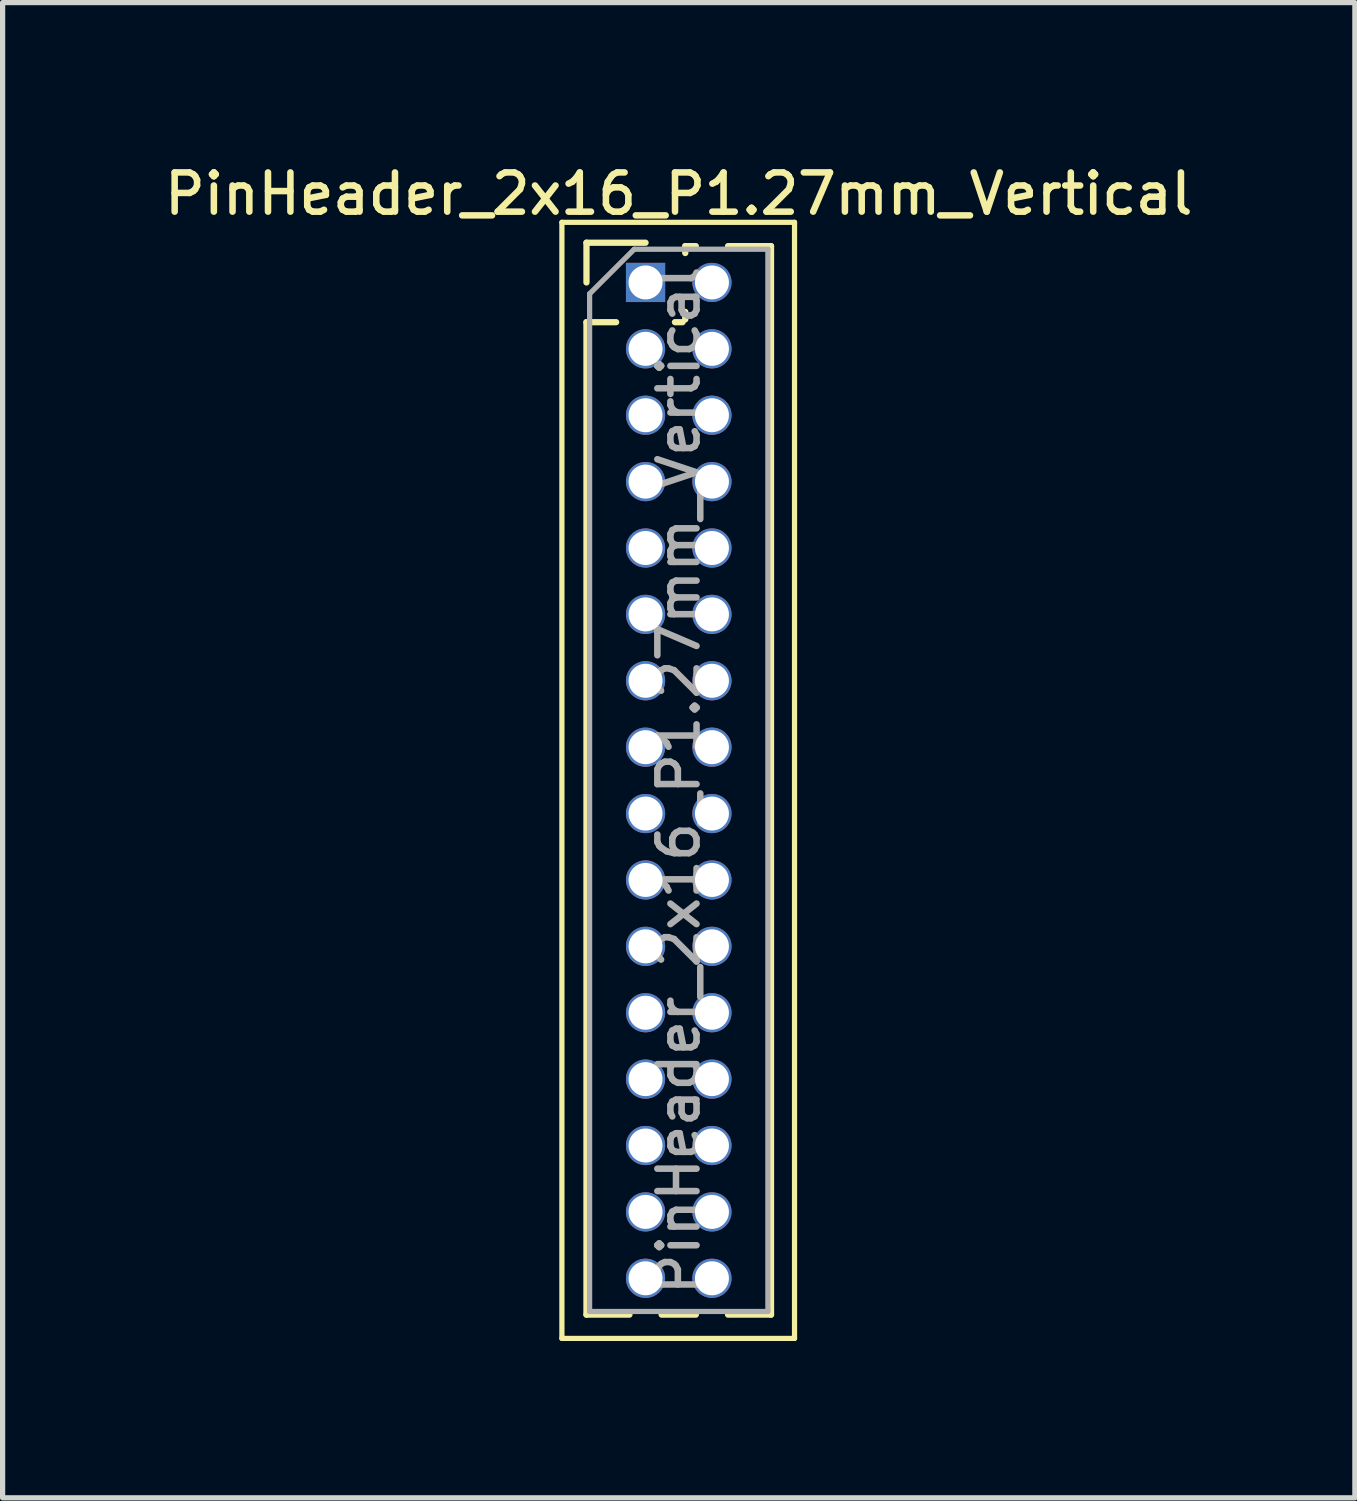
<source format=kicad_pcb>
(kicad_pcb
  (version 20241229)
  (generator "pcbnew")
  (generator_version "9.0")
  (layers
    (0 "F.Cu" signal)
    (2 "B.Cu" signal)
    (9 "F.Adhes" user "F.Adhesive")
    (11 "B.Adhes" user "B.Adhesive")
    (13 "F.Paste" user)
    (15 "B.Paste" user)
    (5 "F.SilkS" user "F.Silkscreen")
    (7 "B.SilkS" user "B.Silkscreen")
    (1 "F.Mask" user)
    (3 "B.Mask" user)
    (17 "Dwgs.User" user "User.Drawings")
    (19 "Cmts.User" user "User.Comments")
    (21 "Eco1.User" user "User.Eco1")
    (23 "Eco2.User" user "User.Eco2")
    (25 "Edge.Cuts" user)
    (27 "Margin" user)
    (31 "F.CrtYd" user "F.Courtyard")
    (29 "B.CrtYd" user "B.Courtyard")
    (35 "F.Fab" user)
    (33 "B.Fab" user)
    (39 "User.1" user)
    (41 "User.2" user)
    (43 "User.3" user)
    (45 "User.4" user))
  (footprint "PinHeader_2x16_P1.27mm_Vertical"
    (layer "F.Cu")
    (at 9.299 2.353)
    (property "Reference" "PinHeader_2x16_P1.27mm_Vertical" (at 0.635 -1.695 0) (layer "F.SilkS") (effects (font (size 0.75 0.75) (thickness 0.125))))
    (attr through_hole)
    (fp_line (start -1.6 -1.15) (end -1.6 20.2) (stroke (width 0.1) (type solid)) (layer "F.SilkS"))
    (fp_line (start -1.6 20.2) (end 2.85 20.2) (stroke (width 0.1) (type solid)) (layer "F.SilkS"))
    (fp_line (start -1.13 -0.76) (end 0 -0.76) (stroke (width 0.12) (type solid)) (layer "F.SilkS"))
    (fp_line (start -1.13 0) (end -1.13 -0.76) (stroke (width 0.12) (type solid)) (layer "F.SilkS"))
    (fp_line (start -1.13 0.76) (end -1.13 19.745) (stroke (width 0.12) (type solid)) (layer "F.SilkS"))
    (fp_line (start -1.13 0.76) (end -0.563 0.76) (stroke (width 0.12) (type solid)) (layer "F.SilkS"))
    (fp_line (start -1.13 19.745) (end -0.308 19.745) (stroke (width 0.12) (type solid)) (layer "F.SilkS"))
    (fp_line (start 0.308 19.745) (end 0.962 19.745) (stroke (width 0.12) (type solid)) (layer "F.SilkS"))
    (fp_line (start 0.563 0.76) (end 0.707 0.76) (stroke (width 0.12) (type solid)) (layer "F.SilkS"))
    (fp_line (start 0.76 -0.695) (end 0.962 -0.695) (stroke (width 0.12) (type solid)) (layer "F.SilkS"))
    (fp_line (start 0.76 -0.563) (end 0.76 -0.695) (stroke (width 0.12) (type solid)) (layer "F.SilkS"))
    (fp_line (start 0.76 0.707) (end 0.76 0.563) (stroke (width 0.12) (type solid)) (layer "F.SilkS"))
    (fp_line (start 1.578 -0.695) (end 2.4 -0.695) (stroke (width 0.12) (type solid)) (layer "F.SilkS"))
    (fp_line (start 1.578 19.745) (end 2.4 19.745) (stroke (width 0.12) (type solid)) (layer "F.SilkS"))
    (fp_line (start 2.4 -0.695) (end 2.4 19.745) (stroke (width 0.12) (type solid)) (layer "F.SilkS"))
    (fp_line (start 2.85 -1.15) (end -1.6 -1.15) (stroke (width 0.1) (type solid)) (layer "F.SilkS"))
    (fp_line (start 2.85 20.2) (end 2.85 -1.15) (stroke (width 0.1) (type solid)) (layer "F.SilkS"))
    (fp_line (start -1.07 0.217) (end -0.217 -0.635) (stroke (width 0.1) (type solid)) (layer "F.Fab"))
    (fp_line (start -1.07 19.685) (end -1.07 0.217) (stroke (width 0.1) (type solid)) (layer "F.Fab"))
    (fp_line (start -0.217 -0.635) (end 2.34 -0.635) (stroke (width 0.1) (type solid)) (layer "F.Fab"))
    (fp_line (start 2.34 -0.635) (end 2.34 19.685) (stroke (width 0.1) (type solid)) (layer "F.Fab"))
    (fp_line (start 2.34 19.685) (end -1.07 19.685) (stroke (width 0.1) (type solid)) (layer "F.Fab"))
    (fp_text user "${REFERENCE}" (at 0.635 9.525 90) (layer "F.Fab") (effects (font (size 0.75 0.75) (thickness 0.125))))
    (pad "1" thru_hole rect (at 0 0) (size 0.75 0.75) (drill 0.65) (layers "*.Cu" "*.Mask"))
    (pad "2" thru_hole oval (at 1.27 0) (size 0.75 0.75) (drill 0.65) (layers "*.Cu" "*.Mask"))
    (pad "3" thru_hole oval (at 0 1.27) (size 0.75 0.75) (drill 0.65) (layers "*.Cu" "*.Mask"))
    (pad "4" thru_hole oval (at 1.27 1.27) (size 0.75 0.75) (drill 0.65) (layers "*.Cu" "*.Mask"))
    (pad "5" thru_hole oval (at 0 2.54) (size 0.75 0.75) (drill 0.65) (layers "*.Cu" "*.Mask"))
    (pad "6" thru_hole oval (at 1.27 2.54) (size 0.75 0.75) (drill 0.65) (layers "*.Cu" "*.Mask"))
    (pad "7" thru_hole oval (at 0 3.81) (size 0.75 0.75) (drill 0.65) (layers "*.Cu" "*.Mask"))
    (pad "8" thru_hole oval (at 1.27 3.81) (size 0.75 0.75) (drill 0.65) (layers "*.Cu" "*.Mask"))
    (pad "9" thru_hole oval (at 0 5.08) (size 0.75 0.75) (drill 0.65) (layers "*.Cu" "*.Mask"))
    (pad "10" thru_hole oval (at 1.27 5.08) (size 0.75 0.75) (drill 0.65) (layers "*.Cu" "*.Mask"))
    (pad "11" thru_hole oval (at 0 6.35) (size 0.75 0.75) (drill 0.65) (layers "*.Cu" "*.Mask"))
    (pad "12" thru_hole oval (at 1.27 6.35) (size 0.75 0.75) (drill 0.65) (layers "*.Cu" "*.Mask"))
    (pad "13" thru_hole oval (at 0 7.62) (size 0.75 0.75) (drill 0.65) (layers "*.Cu" "*.Mask"))
    (pad "14" thru_hole oval (at 1.27 7.62) (size 0.75 0.75) (drill 0.65) (layers "*.Cu" "*.Mask"))
    (pad "15" thru_hole oval (at 0 8.89) (size 0.75 0.75) (drill 0.65) (layers "*.Cu" "*.Mask"))
    (pad "16" thru_hole oval (at 1.27 8.89) (size 0.75 0.75) (drill 0.65) (layers "*.Cu" "*.Mask"))
    (pad "17" thru_hole oval (at 0 10.16) (size 0.75 0.75) (drill 0.65) (layers "*.Cu" "*.Mask"))
    (pad "18" thru_hole oval (at 1.27 10.16) (size 0.75 0.75) (drill 0.65) (layers "*.Cu" "*.Mask"))
    (pad "19" thru_hole oval (at 0 11.43) (size 0.75 0.75) (drill 0.65) (layers "*.Cu" "*.Mask"))
    (pad "20" thru_hole oval (at 1.27 11.43) (size 0.75 0.75) (drill 0.65) (layers "*.Cu" "*.Mask"))
    (pad "21" thru_hole oval (at 0 12.7) (size 0.75 0.75) (drill 0.65) (layers "*.Cu" "*.Mask"))
    (pad "22" thru_hole oval (at 1.27 12.7) (size 0.75 0.75) (drill 0.65) (layers "*.Cu" "*.Mask"))
    (pad "23" thru_hole oval (at 0 13.97) (size 0.75 0.75) (drill 0.65) (layers "*.Cu" "*.Mask"))
    (pad "24" thru_hole oval (at 1.27 13.97) (size 0.75 0.75) (drill 0.65) (layers "*.Cu" "*.Mask"))
    (pad "25" thru_hole oval (at 0 15.24) (size 0.75 0.75) (drill 0.65) (layers "*.Cu" "*.Mask"))
    (pad "26" thru_hole oval (at 1.27 15.24) (size 0.75 0.75) (drill 0.65) (layers "*.Cu" "*.Mask"))
    (pad "27" thru_hole oval (at 0 16.51) (size 0.75 0.75) (drill 0.65) (layers "*.Cu" "*.Mask"))
    (pad "28" thru_hole oval (at 1.27 16.51) (size 0.75 0.75) (drill 0.65) (layers "*.Cu" "*.Mask"))
    (pad "29" thru_hole oval (at 0 17.78) (size 0.75 0.75) (drill 0.65) (layers "*.Cu" "*.Mask"))
    (pad "30" thru_hole oval (at 1.27 17.78) (size 0.75 0.75) (drill 0.65) (layers "*.Cu" "*.Mask"))
    (pad "31" thru_hole oval (at 0 19.05) (size 0.75 0.75) (drill 0.65) (layers "*.Cu" "*.Mask"))
    (pad "32" thru_hole oval (at 1.27 19.05) (size 0.75 0.75) (drill 0.65) (layers "*.Cu" "*.Mask")))
  (gr_rect
    (start -3 -3)
    (end 22.868 25.603)
    (stroke (width 0.1) (type default))
    (fill no)
    (layer "Edge.Cuts")))
</source>
